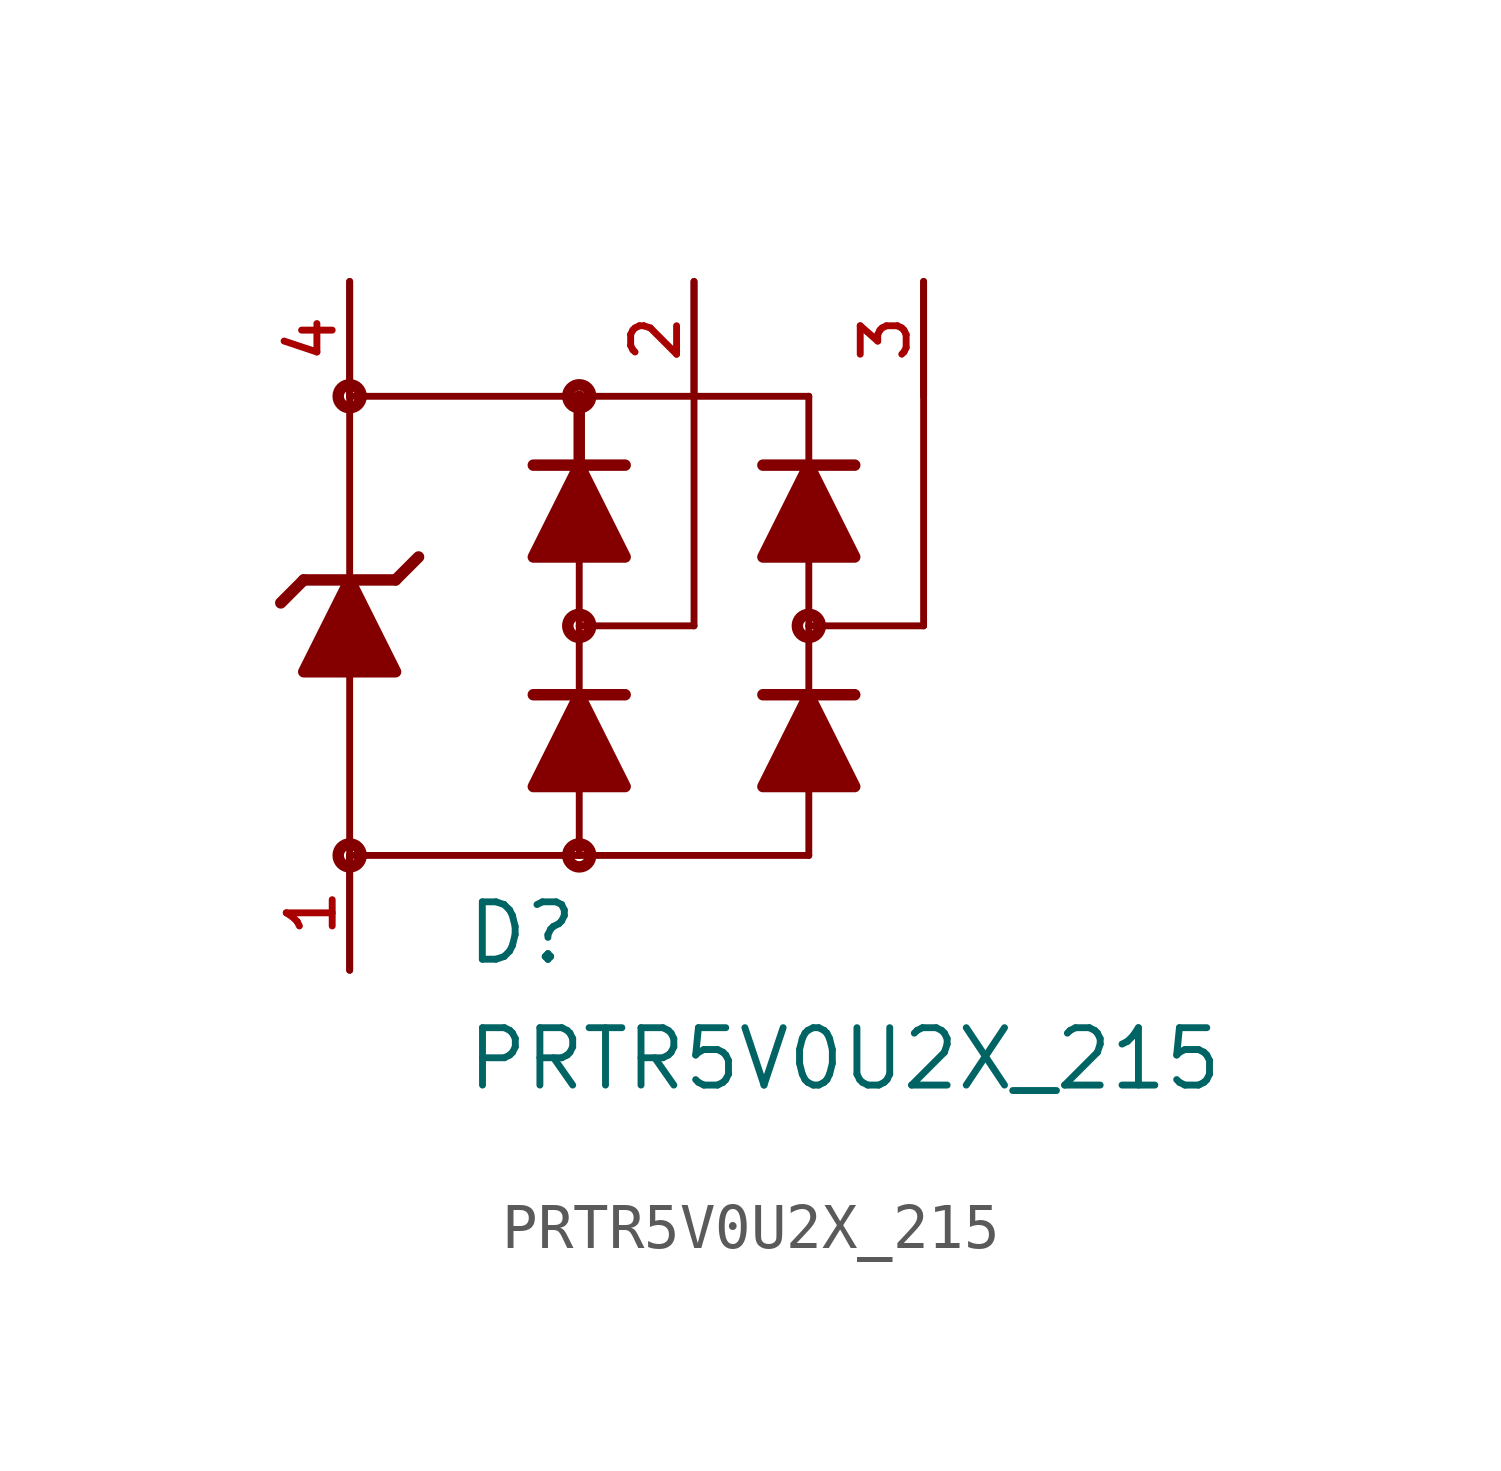
<source format=kicad_sym>
(kicad_symbol_lib
  (version 20220914)
  (generator kicad_symbol_editor)
  (symbol "PRTR5V0U2X_215"
    (pin_names
      (offset 1.016))
    (property "Reference" "D"
      (at -2.547 -7.54 0)
      (effects (font (size 1.27 1.27)) (justify left bottom)))
    (property "Value" "PRTR5V0U2X_215"
      (at -2.543 -10.325 0)
      (effects (font (size 1.27 1.27)) (justify left bottom)))
    (symbol "PRTR5V0U2X_215_0_0"
      (circle (center -5.08 -5.08) (radius 0.254) (stroke (width 0.254) (type default)) (fill (type none)))
      (circle (center -5.08 5.08) (radius 0.254) (stroke (width 0.254) (type default)) (fill (type none)))
      (circle (center 0 -5.08) (radius 0.254) (stroke (width 0.254) (type default)) (fill (type none)))
      (polyline (pts (xy -6.096 1.016) (xy -6.604 0.508)) (stroke (width 0.254) (type default)) (fill (type none)))
      (polyline (pts (xy -6.096 1.016) (xy -5.08 1.016)) (stroke (width 0.254) (type default)) (fill (type none)))
      (polyline (pts (xy -5.08 -1.016) (xy -5.08 -7.62)) (stroke (width 0.152) (type default)) (fill (type none)))
      (polyline (pts (xy -5.08 1.016) (xy -5.08 7.62)) (stroke (width 0.152) (type default)) (fill (type none)))
      (polyline (pts (xy -5.08 1.016) (xy -4.064 1.016)) (stroke (width 0.254) (type default)) (fill (type none)))
      (polyline (pts (xy -4.064 1.016) (xy -3.556 1.524)) (stroke (width 0.254) (type default)) (fill (type none)))
      (polyline (pts (xy -1.016 -1.524) (xy 0 -1.524)) (stroke (width 0.254) (type default)) (fill (type none)))
      (polyline (pts (xy -1.016 3.556) (xy 0 3.556)) (stroke (width 0.254) (type default)) (fill (type none)))
      (polyline (pts (xy 0 -5.08) (xy -5.08 -5.08)) (stroke (width 0.152) (type default)) (fill (type none)))
      (polyline (pts (xy 0 -3.556) (xy 0 -5.08)) (stroke (width 0.152) (type default)) (fill (type none)))
      (polyline (pts (xy 0 -1.524) (xy 0 0)) (stroke (width 0.152) (type default)) (fill (type none)))
      (polyline (pts (xy 0 -1.524) (xy 1.016 -1.524)) (stroke (width 0.254) (type default)) (fill (type none)))
      (polyline (pts (xy 0 0) (xy 0 1.524)) (stroke (width 0.152) (type default)) (fill (type none)))
      (polyline (pts (xy 0 0) (xy 2.54 0)) (stroke (width 0.152) (type default)) (fill (type none)))
      (polyline (pts (xy 0 3.556) (xy 0 5.08)) (stroke (width 0.254) (type default)) (fill (type none)))
      (polyline (pts (xy 0 3.556) (xy 1.016 3.556)) (stroke (width 0.254) (type default)) (fill (type none)))
      (polyline (pts (xy 0 5.08) (xy -5.08 5.08)) (stroke (width 0.152) (type default)) (fill (type none)))
      (polyline (pts (xy 2.54 0) (xy 2.54 7.62)) (stroke (width 0.152) (type default)) (fill (type none)))
      (polyline (pts (xy 4.064 -1.524) (xy 5.08 -1.524)) (stroke (width 0.254) (type default)) (fill (type none)))
      (polyline (pts (xy 4.064 3.556) (xy 5.08 3.556)) (stroke (width 0.254) (type default)) (fill (type none)))
      (polyline (pts (xy 5.08 -5.08) (xy 0 -5.08)) (stroke (width 0.152) (type default)) (fill (type none)))
      (polyline (pts (xy 5.08 -3.556) (xy 5.08 -5.08)) (stroke (width 0.152) (type default)) (fill (type none)))
      (polyline (pts (xy 5.08 -1.524) (xy 5.08 0)) (stroke (width 0.152) (type default)) (fill (type none)))
      (polyline (pts (xy 5.08 -1.524) (xy 6.096 -1.524)) (stroke (width 0.254) (type default)) (fill (type none)))
      (polyline (pts (xy 5.08 0) (xy 5.08 1.524)) (stroke (width 0.152) (type default)) (fill (type none)))
      (polyline (pts (xy 5.08 0) (xy 7.62 0)) (stroke (width 0.152) (type default)) (fill (type none)))
      (polyline (pts (xy 5.08 3.556) (xy 5.08 5.08)) (stroke (width 0.152) (type default)) (fill (type none)))
      (polyline (pts (xy 5.08 3.556) (xy 6.096 3.556)) (stroke (width 0.254) (type default)) (fill (type none)))
      (polyline (pts (xy 5.08 5.08) (xy 0 5.08)) (stroke (width 0.152) (type default)) (fill (type none)))
      (polyline (pts (xy 7.62 0) (xy 7.62 7.62)) (stroke (width 0.152) (type default)) (fill (type none)))
      (polyline (pts (xy -6.096 -1.016) (xy -5.08 1.016) (xy -4.064 -1.016) (xy -6.096 -1.016)) (stroke (width 0.254) (type default)) (fill (type outline)))
      (polyline (pts (xy -1.016 -3.556) (xy 0 -1.524) (xy 1.016 -3.556) (xy -1.016 -3.556)) (stroke (width 0.254) (type default)) (fill (type outline)))
      (polyline (pts (xy -1.016 1.524) (xy 0 3.556) (xy 1.016 1.524) (xy -1.016 1.524)) (stroke (width 0.254) (type default)) (fill (type outline)))
      (polyline (pts (xy 4.064 -3.556) (xy 5.08 -1.524) (xy 6.096 -3.556) (xy 4.064 -3.556)) (stroke (width 0.254) (type default)) (fill (type outline)))
      (polyline (pts (xy 4.064 1.524) (xy 5.08 3.556) (xy 6.096 1.524) (xy 4.064 1.524)) (stroke (width 0.254) (type default)) (fill (type outline)))
      (circle (center 0 0) (radius 0.254) (stroke (width 0.254) (type default)) (fill (type none)))
      (circle (center 0 5.08) (radius 0.254) (stroke (width 0.254) (type default)) (fill (type none)))
      (circle (center 5.08 0) (radius 0.254) (stroke (width 0.254) (type default)) (fill (type none)))
      (pin passive line (at -5.08 -7.62 90) (length 2.54) (name "~" (effects (font (size 1.016 1.016)))) (number "1" (effects (font (size 1.016 1.016)))))
      (pin passive line (at 2.54 7.62 270) (length 2.54) (name "~" (effects (font (size 1.016 1.016)))) (number "2" (effects (font (size 1.016 1.016)))))
      (pin passive line (at 7.62 7.62 270) (length 2.54) (name "~" (effects (font (size 1.016 1.016)))) (number "3" (effects (font (size 1.016 1.016)))))
      (pin passive line (at -5.08 7.62 270) (length 2.54) (name "~" (effects (font (size 1.016 1.016)))) (number "4" (effects (font (size 1.016 1.016))))))))
</source>
